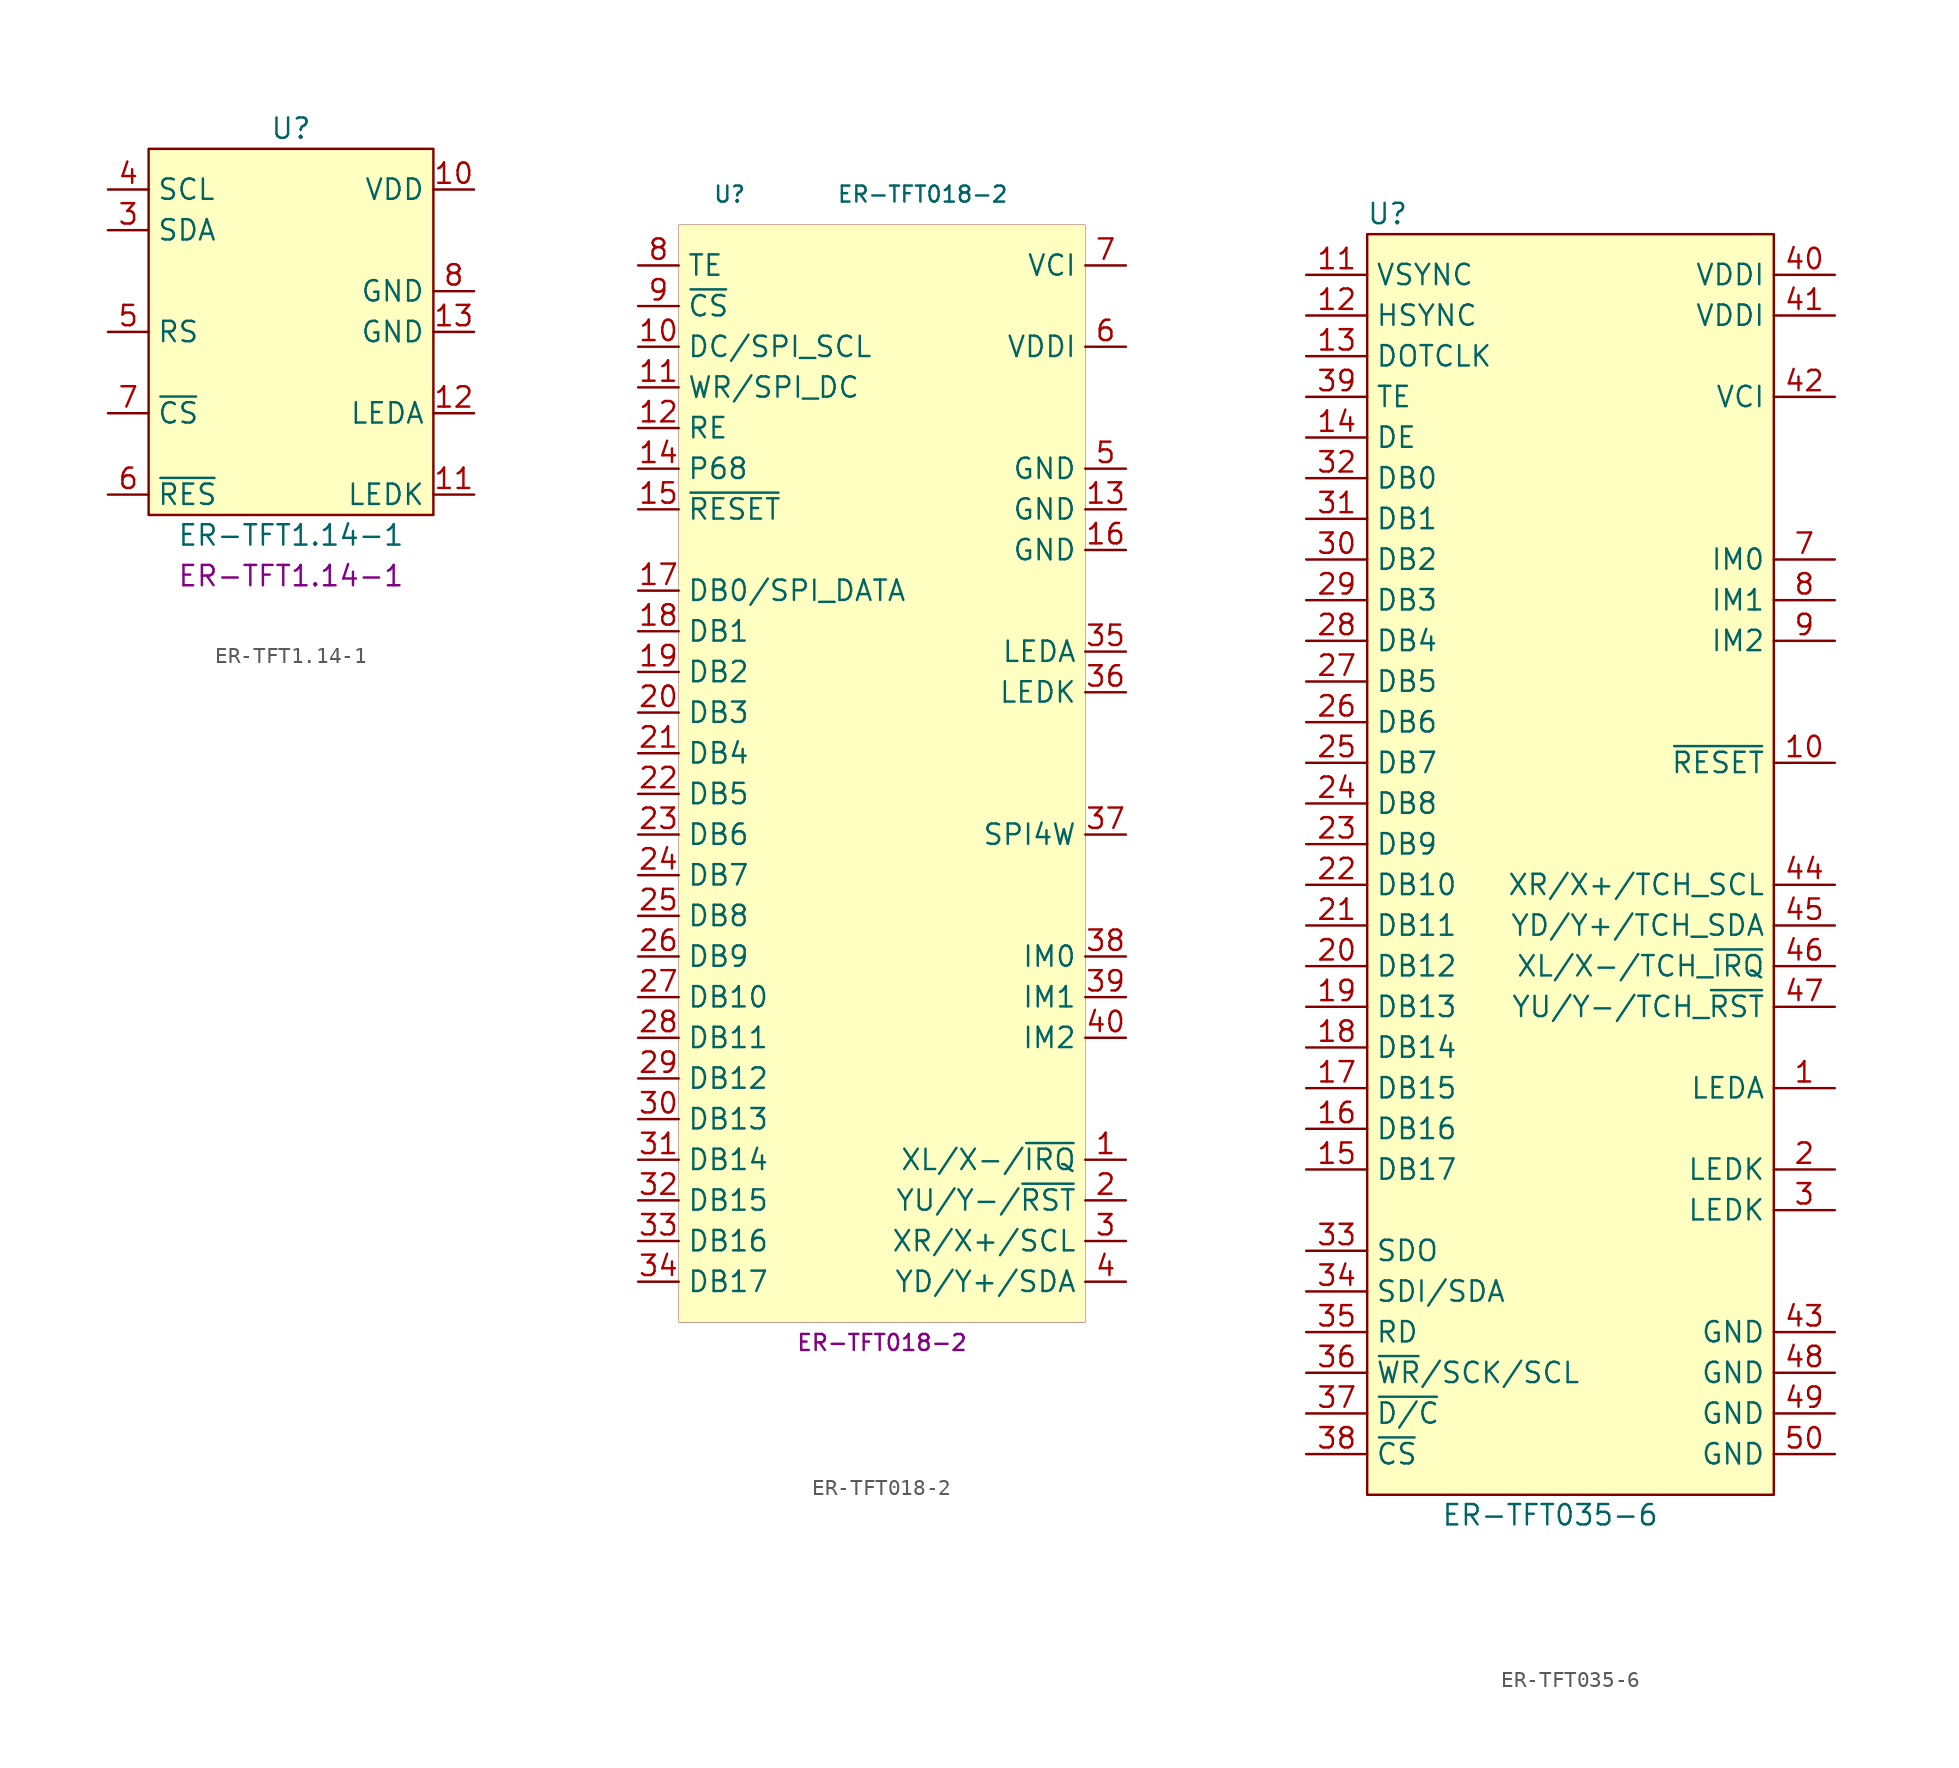
<source format=kicad_sym>
(kicad_symbol_lib
  (version 20201005)
  (generator kicad_symbol_editor)
  (symbol "megaxone_display:ER-TFT1.14-1"
    (property "Reference" "U"
      (at 0 12.7 0)
      (effects (font (size 1.27 1.27))))
    (property "Value" "ER-TFT1.14-1"
      (at 0 -12.7 0)
      (effects (font (size 1.27 1.27))))
    (property "MPN" "ER-TFT1.14-1"
      (at 0 -15.24 0)
      (effects (font (size 1.27 1.27))))
    (symbol "ER-TFT1.14-1_0_1"
      (rectangle (start -8.89 -11.43) (end 8.89 11.43) (stroke (width 0.152)) (fill (type background))))
    (symbol "ER-TFT1.14-1_1_1"
      (pin power_in line (at 11.43 8.89 180) (length 2.54) (name "VDD" (effects (font (size 1.27 1.27)))) (number "10" (effects (font (size 1.27 1.27)))))
      (pin power_out line (at 11.43 -10.16 180) (length 2.54) (name "LEDK" (effects (font (size 1.27 1.27)))) (number "11" (effects (font (size 1.27 1.27)))))
      (pin power_in line (at 11.43 -5.08 180) (length 2.54) (name "LEDA" (effects (font (size 1.27 1.27)))) (number "12" (effects (font (size 1.27 1.27)))))
      (pin power_in line (at 11.43 0 180) (length 2.54) (name "GND" (effects (font (size 1.27 1.27)))) (number "13" (effects (font (size 1.27 1.27)))))
      (pin bidirectional line (at -11.43 6.35 0) (length 2.54) (name "SDA" (effects (font (size 1.27 1.27)))) (number "3" (effects (font (size 1.27 1.27)))))
      (pin input line (at -11.43 8.89 0) (length 2.54) (name "SCL" (effects (font (size 1.27 1.27)))) (number "4" (effects (font (size 1.27 1.27)))))
      (pin input line (at -11.43 0 0) (length 2.54) (name "RS" (effects (font (size 1.27 1.27)))) (number "5" (effects (font (size 1.27 1.27)))))
      (pin input line (at -11.43 -10.16 0) (length 2.54) (name "~RES~" (effects (font (size 1.27 1.27)))) (number "6" (effects (font (size 1.27 1.27)))))
      (pin input line (at -11.43 -5.08 0) (length 2.54) (name "~CS~" (effects (font (size 1.27 1.27)))) (number "7" (effects (font (size 1.27 1.27)))))
      (pin power_in line (at 11.43 2.54 180) (length 2.54) (name "GND" (effects (font (size 1.27 1.27)))) (number "8" (effects (font (size 1.27 1.27)))))))
  (symbol "megaxone_display:ER-TFT018-2"
    (property "Reference" "U"
      (at -9.525 40.005 0)
      (effects (font (size 1 1))))
    (property "Value" "ER-TFT018-2"
      (at 2.54 40.005 0)
      (effects (font (size 1 1))))
    (property "MPN" "ER-TFT018-2"
      (at 0 -31.75 0)
      (effects (font (size 1 1))))
    (symbol "ER-TFT018-2_0_1"
      (rectangle (start -12.7 -30.48) (end 12.7 38.1) (stroke (width 0.001)) (fill (type background))))
    (symbol "ER-TFT018-2_1_1"
      (pin bidirectional line (at 15.24 -20.32 180) (length 2.54) (name "XL/X-/~IRQ~" (effects (font (size 1.27 1.27)))) (number "1" (effects (font (size 1.27 1.27)))))
      (pin bidirectional line (at 15.24 -22.86 180) (length 2.54) (name "YU/Y-/~RST~" (effects (font (size 1.27 1.27)))) (number "2" (effects (font (size 1.27 1.27)))))
      (pin bidirectional line (at 15.24 -25.4 180) (length 2.54) (name "XR/X+/SCL" (effects (font (size 1.27 1.27)))) (number "3" (effects (font (size 1.27 1.27)))))
      (pin bidirectional line (at 15.24 -27.94 180) (length 2.54) (name "YD/Y+/SDA" (effects (font (size 1.27 1.27)))) (number "4" (effects (font (size 1.27 1.27)))))
      (pin power_in line (at 15.24 22.86 180) (length 2.54) (name "GND" (effects (font (size 1.27 1.27)))) (number "5" (effects (font (size 1.27 1.27)))))
      (pin power_in line (at 15.24 30.48 180) (length 2.54) (name "VDDI" (effects (font (size 1.27 1.27)))) (number "6" (effects (font (size 1.27 1.27)))))
      (pin power_in line (at 15.24 35.56 180) (length 2.54) (name "VCI" (effects (font (size 1.27 1.27)))) (number "7" (effects (font (size 1.27 1.27)))))
      (pin input line (at -15.24 35.56 0) (length 2.54) (name "TE" (effects (font (size 1.27 1.27)))) (number "8" (effects (font (size 1.27 1.27)))))
      (pin input line (at -15.24 33.02 0) (length 2.54) (name "~CS~" (effects (font (size 1.27 1.27)))) (number "9" (effects (font (size 1.27 1.27)))))
      (pin input line (at -15.24 30.48 0) (length 2.54) (name "DC/SPI_SCL" (effects (font (size 1.27 1.27)))) (number "10" (effects (font (size 1.27 1.27)))))
      (pin input line (at -15.24 27.94 0) (length 2.54) (name "WR/SPI_DC" (effects (font (size 1.27 1.27)))) (number "11" (effects (font (size 1.27 1.27)))))
      (pin input line (at -15.24 25.4 0) (length 2.54) (name "RE" (effects (font (size 1.27 1.27)))) (number "12" (effects (font (size 1.27 1.27)))))
      (pin power_in line (at 15.24 20.32 180) (length 2.54) (name "GND" (effects (font (size 1.27 1.27)))) (number "13" (effects (font (size 1.27 1.27)))))
      (pin input line (at -15.24 22.86 0) (length 2.54) (name "P68" (effects (font (size 1.27 1.27)))) (number "14" (effects (font (size 1.27 1.27)))))
      (pin input line (at -15.24 20.32 0) (length 2.54) (name "~RESET~" (effects (font (size 1.27 1.27)))) (number "15" (effects (font (size 1.27 1.27)))))
      (pin power_in line (at 15.24 17.78 180) (length 2.54) (name "GND" (effects (font (size 1.27 1.27)))) (number "16" (effects (font (size 1.27 1.27)))))
      (pin bidirectional line (at -15.24 15.24 0) (length 2.54) (name "DB0/SPI_DATA" (effects (font (size 1.27 1.27)))) (number "17" (effects (font (size 1.27 1.27)))))
      (pin bidirectional line (at -15.24 12.7 0) (length 2.54) (name "DB1" (effects (font (size 1.27 1.27)))) (number "18" (effects (font (size 1.27 1.27)))))
      (pin bidirectional line (at -15.24 10.16 0) (length 2.54) (name "DB2" (effects (font (size 1.27 1.27)))) (number "19" (effects (font (size 1.27 1.27)))))
      (pin bidirectional line (at -15.24 7.62 0) (length 2.54) (name "DB3" (effects (font (size 1.27 1.27)))) (number "20" (effects (font (size 1.27 1.27)))))
      (pin bidirectional line (at -15.24 5.08 0) (length 2.54) (name "DB4" (effects (font (size 1.27 1.27)))) (number "21" (effects (font (size 1.27 1.27)))))
      (pin bidirectional line (at -15.24 2.54 0) (length 2.54) (name "DB5" (effects (font (size 1.27 1.27)))) (number "22" (effects (font (size 1.27 1.27)))))
      (pin bidirectional line (at -15.24 0 0) (length 2.54) (name "DB6" (effects (font (size 1.27 1.27)))) (number "23" (effects (font (size 1.27 1.27)))))
      (pin bidirectional line (at -15.24 -2.54 0) (length 2.54) (name "DB7" (effects (font (size 1.27 1.27)))) (number "24" (effects (font (size 1.27 1.27)))))
      (pin bidirectional line (at -15.24 -5.08 0) (length 2.54) (name "DB8" (effects (font (size 1.27 1.27)))) (number "25" (effects (font (size 1.27 1.27)))))
      (pin bidirectional line (at -15.24 -7.62 0) (length 2.54) (name "DB9" (effects (font (size 1.27 1.27)))) (number "26" (effects (font (size 1.27 1.27)))))
      (pin bidirectional line (at -15.24 -10.16 0) (length 2.54) (name "DB10" (effects (font (size 1.27 1.27)))) (number "27" (effects (font (size 1.27 1.27)))))
      (pin bidirectional line (at -15.24 -12.7 0) (length 2.54) (name "DB11" (effects (font (size 1.27 1.27)))) (number "28" (effects (font (size 1.27 1.27)))))
      (pin bidirectional line (at -15.24 -15.24 0) (length 2.54) (name "DB12" (effects (font (size 1.27 1.27)))) (number "29" (effects (font (size 1.27 1.27)))))
      (pin bidirectional line (at -15.24 -17.78 0) (length 2.54) (name "DB13" (effects (font (size 1.27 1.27)))) (number "30" (effects (font (size 1.27 1.27)))))
      (pin bidirectional line (at -15.24 -20.32 0) (length 2.54) (name "DB14" (effects (font (size 1.27 1.27)))) (number "31" (effects (font (size 1.27 1.27)))))
      (pin bidirectional line (at -15.24 -22.86 0) (length 2.54) (name "DB15" (effects (font (size 1.27 1.27)))) (number "32" (effects (font (size 1.27 1.27)))))
      (pin bidirectional line (at -15.24 -25.4 0) (length 2.54) (name "DB16" (effects (font (size 1.27 1.27)))) (number "33" (effects (font (size 1.27 1.27)))))
      (pin bidirectional line (at -15.24 -27.94 0) (length 2.54) (name "DB17" (effects (font (size 1.27 1.27)))) (number "34" (effects (font (size 1.27 1.27)))))
      (pin passive line (at 15.24 11.43 180) (length 2.54) (name "LEDA" (effects (font (size 1.27 1.27)))) (number "35" (effects (font (size 1.27 1.27)))))
      (pin passive line (at 15.24 8.89 180) (length 2.54) (name "LEDK" (effects (font (size 1.27 1.27)))) (number "36" (effects (font (size 1.27 1.27)))))
      (pin input line (at 15.24 0 180) (length 2.54) (name "SPI4W" (effects (font (size 1.27 1.27)))) (number "37" (effects (font (size 1.27 1.27)))))
      (pin input line (at 15.24 -7.62 180) (length 2.54) (name "IM0" (effects (font (size 1.27 1.27)))) (number "38" (effects (font (size 1.27 1.27)))))
      (pin input line (at 15.24 -10.16 180) (length 2.54) (name "IM1" (effects (font (size 1.27 1.27)))) (number "39" (effects (font (size 1.27 1.27)))))
      (pin input line (at 15.24 -12.7 180) (length 2.54) (name "IM2" (effects (font (size 1.27 1.27)))) (number "40" (effects (font (size 1.27 1.27)))))))
  (symbol "megaxone_display:ER-TFT035-6"
    (property "Reference" "U"
      (at -10.16 26.67 0)
      (effects (font (size 1.27 1.27))))
    (property "Value" "ER-TFT035-6"
      (at 0 -54.61 0)
      (effects (font (size 1.27 1.27))))
    (symbol "ER-TFT035-6_0_1"
      (rectangle (start -11.43 -53.34) (end 13.97 25.4) (stroke (width 0)) (fill (type background))))
    (symbol "ER-TFT035-6_1_1"
      (pin power_in line (at 17.78 -27.94 180) (length 3.81) (name "LEDA" (effects (font (size 1.27 1.27)))) (number "1" (effects (font (size 1.27 1.27)))))
      (pin input line (at 17.78 -7.62 180) (length 3.81) (name "~RESET" (effects (font (size 1.27 1.27)))) (number "10" (effects (font (size 1.27 1.27)))))
      (pin input line (at -15.24 22.86 0) (length 3.81) (name "VSYNC" (effects (font (size 1.27 1.27)))) (number "11" (effects (font (size 1.27 1.27)))))
      (pin input line (at -15.24 20.32 0) (length 3.81) (name "HSYNC" (effects (font (size 1.27 1.27)))) (number "12" (effects (font (size 1.27 1.27)))))
      (pin input line (at -15.24 17.78 0) (length 3.81) (name "DOTCLK" (effects (font (size 1.27 1.27)))) (number "13" (effects (font (size 1.27 1.27)))))
      (pin input line (at -15.24 12.7 0) (length 3.81) (name "DE" (effects (font (size 1.27 1.27)))) (number "14" (effects (font (size 1.27 1.27)))))
      (pin input line (at -15.24 -33.02 0) (length 3.81) (name "DB17" (effects (font (size 1.27 1.27)))) (number "15" (effects (font (size 1.27 1.27)))))
      (pin input line (at -15.24 -30.48 0) (length 3.81) (name "DB16" (effects (font (size 1.27 1.27)))) (number "16" (effects (font (size 1.27 1.27)))))
      (pin input line (at -15.24 -27.94 0) (length 3.81) (name "DB15" (effects (font (size 1.27 1.27)))) (number "17" (effects (font (size 1.27 1.27)))))
      (pin input line (at -15.24 -25.4 0) (length 3.81) (name "DB14" (effects (font (size 1.27 1.27)))) (number "18" (effects (font (size 1.27 1.27)))))
      (pin input line (at -15.24 -22.86 0) (length 3.81) (name "DB13" (effects (font (size 1.27 1.27)))) (number "19" (effects (font (size 1.27 1.27)))))
      (pin power_out line (at 17.78 -33.02 180) (length 3.81) (name "LEDK" (effects (font (size 1.27 1.27)))) (number "2" (effects (font (size 1.27 1.27)))))
      (pin input line (at -15.24 -20.32 0) (length 3.81) (name "DB12" (effects (font (size 1.27 1.27)))) (number "20" (effects (font (size 1.27 1.27)))))
      (pin input line (at -15.24 -17.78 0) (length 3.81) (name "DB11" (effects (font (size 1.27 1.27)))) (number "21" (effects (font (size 1.27 1.27)))))
      (pin input line (at -15.24 -15.24 0) (length 3.81) (name "DB10" (effects (font (size 1.27 1.27)))) (number "22" (effects (font (size 1.27 1.27)))))
      (pin input line (at -15.24 -12.7 0) (length 3.81) (name "DB9" (effects (font (size 1.27 1.27)))) (number "23" (effects (font (size 1.27 1.27)))))
      (pin input line (at -15.24 -10.16 0) (length 3.81) (name "DB8" (effects (font (size 1.27 1.27)))) (number "24" (effects (font (size 1.27 1.27)))))
      (pin input line (at -15.24 -7.62 0) (length 3.81) (name "DB7" (effects (font (size 1.27 1.27)))) (number "25" (effects (font (size 1.27 1.27)))))
      (pin input line (at -15.24 -5.08 0) (length 3.81) (name "DB6" (effects (font (size 1.27 1.27)))) (number "26" (effects (font (size 1.27 1.27)))))
      (pin input line (at -15.24 -2.54 0) (length 3.81) (name "DB5" (effects (font (size 1.27 1.27)))) (number "27" (effects (font (size 1.27 1.27)))))
      (pin input line (at -15.24 0 0) (length 3.81) (name "DB4" (effects (font (size 1.27 1.27)))) (number "28" (effects (font (size 1.27 1.27)))))
      (pin input line (at -15.24 2.54 0) (length 3.81) (name "DB3" (effects (font (size 1.27 1.27)))) (number "29" (effects (font (size 1.27 1.27)))))
      (pin power_out line (at 17.78 -35.56 180) (length 3.81) (name "LEDK" (effects (font (size 1.27 1.27)))) (number "3" (effects (font (size 1.27 1.27)))))
      (pin input line (at -15.24 5.08 0) (length 3.81) (name "DB2" (effects (font (size 1.27 1.27)))) (number "30" (effects (font (size 1.27 1.27)))))
      (pin input line (at -15.24 7.62 0) (length 3.81) (name "DB1" (effects (font (size 1.27 1.27)))) (number "31" (effects (font (size 1.27 1.27)))))
      (pin input line (at -15.24 10.16 0) (length 3.81) (name "DB0" (effects (font (size 1.27 1.27)))) (number "32" (effects (font (size 1.27 1.27)))))
      (pin output line (at -15.24 -38.1 0) (length 3.81) (name "SDO" (effects (font (size 1.27 1.27)))) (number "33" (effects (font (size 1.27 1.27)))))
      (pin bidirectional line (at -15.24 -40.64 0) (length 3.81) (name "SDI/SDA" (effects (font (size 1.27 1.27)))) (number "34" (effects (font (size 1.27 1.27)))))
      (pin input line (at -15.24 -43.18 0) (length 3.81) (name "RD" (effects (font (size 1.27 1.27)))) (number "35" (effects (font (size 1.27 1.27)))))
      (pin input line (at -15.24 -45.72 0) (length 3.81) (name "~WR~/SCK/SCL" (effects (font (size 1.27 1.27)))) (number "36" (effects (font (size 1.27 1.27)))))
      (pin input line (at -15.24 -48.26 0) (length 3.81) (name "~D/C" (effects (font (size 1.27 1.27)))) (number "37" (effects (font (size 1.27 1.27)))))
      (pin input line (at -15.24 -50.8 0) (length 3.81) (name "~CS" (effects (font (size 1.27 1.27)))) (number "38" (effects (font (size 1.27 1.27)))))
      (pin input line (at -15.24 15.24 0) (length 3.81) (name "TE" (effects (font (size 1.27 1.27)))) (number "39" (effects (font (size 1.27 1.27)))))
      (pin power_in line (at 17.78 22.86 180) (length 3.81) (name "VDDI" (effects (font (size 1.27 1.27)))) (number "40" (effects (font (size 1.27 1.27)))))
      (pin power_in line (at 17.78 20.32 180) (length 3.81) (name "VDDI" (effects (font (size 1.27 1.27)))) (number "41" (effects (font (size 1.27 1.27)))))
      (pin power_in line (at 17.78 15.24 180) (length 3.81) (name "VCI" (effects (font (size 1.27 1.27)))) (number "42" (effects (font (size 1.27 1.27)))))
      (pin power_in line (at 17.78 -43.18 180) (length 3.81) (name "GND" (effects (font (size 1.27 1.27)))) (number "43" (effects (font (size 1.27 1.27)))))
      (pin passive line (at 17.78 -15.24 180) (length 3.81) (name "XR/X+/TCH_SCL" (effects (font (size 1.27 1.27)))) (number "44" (effects (font (size 1.27 1.27)))))
      (pin passive line (at 17.78 -17.78 180) (length 3.81) (name "YD/Y+/TCH_SDA" (effects (font (size 1.27 1.27)))) (number "45" (effects (font (size 1.27 1.27)))))
      (pin passive line (at 17.78 -20.32 180) (length 3.81) (name "XL/X-/TCH_~IRQ" (effects (font (size 1.27 1.27)))) (number "46" (effects (font (size 1.27 1.27)))))
      (pin passive line (at 17.78 -22.86 180) (length 3.81) (name "YU/Y-/TCH_~RST" (effects (font (size 1.27 1.27)))) (number "47" (effects (font (size 1.27 1.27)))))
      (pin power_in line (at 17.78 -45.72 180) (length 3.81) (name "GND" (effects (font (size 1.27 1.27)))) (number "48" (effects (font (size 1.27 1.27)))))
      (pin power_in line (at 17.78 -48.26 180) (length 3.81) (name "GND" (effects (font (size 1.27 1.27)))) (number "49" (effects (font (size 1.27 1.27)))))
      (pin power_in line (at 17.78 -50.8 180) (length 3.81) (name "GND" (effects (font (size 1.27 1.27)))) (number "50" (effects (font (size 1.27 1.27)))))
      (pin input line (at 17.78 5.08 180) (length 3.81) (name "IM0" (effects (font (size 1.27 1.27)))) (number "7" (effects (font (size 1.27 1.27)))))
      (pin input line (at 17.78 2.54 180) (length 3.81) (name "IM1" (effects (font (size 1.27 1.27)))) (number "8" (effects (font (size 1.27 1.27)))))
      (pin input line (at 17.78 0 180) (length 3.81) (name "IM2" (effects (font (size 1.27 1.27)))) (number "9" (effects (font (size 1.27 1.27))))))))
</source>
